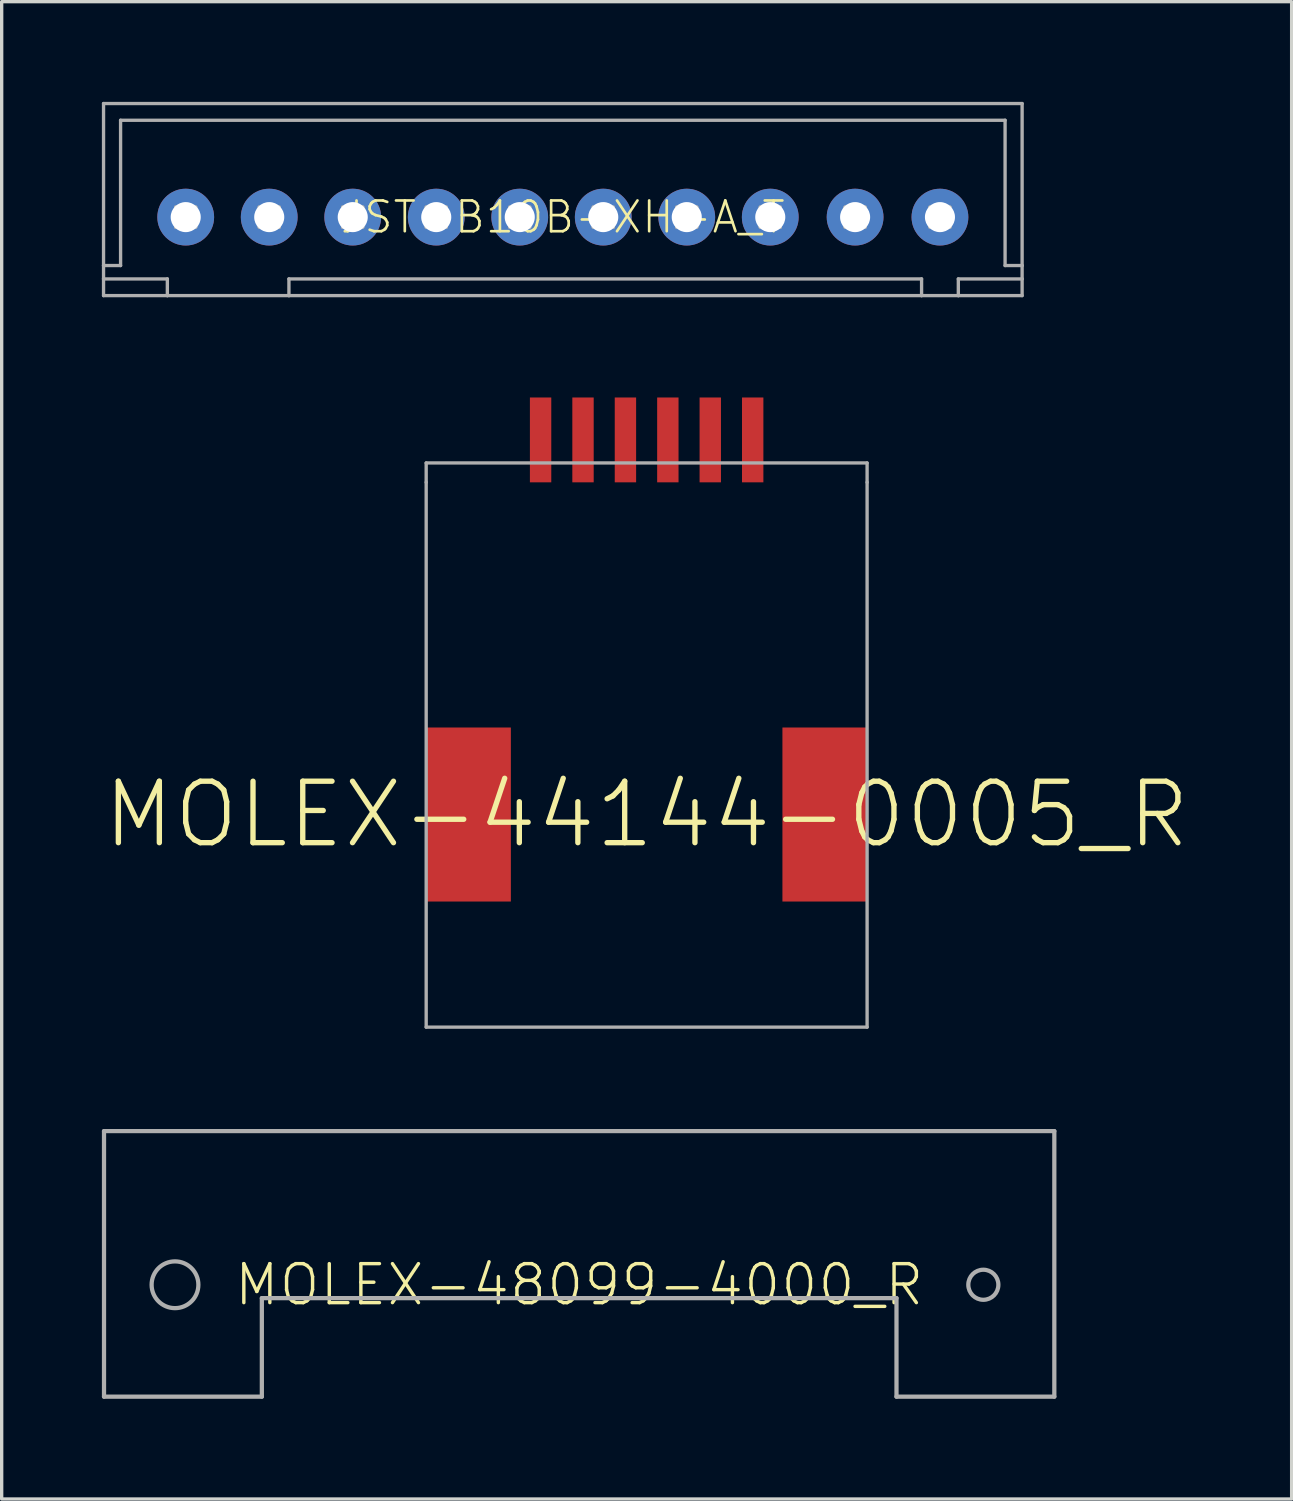
<source format=kicad_pcb>
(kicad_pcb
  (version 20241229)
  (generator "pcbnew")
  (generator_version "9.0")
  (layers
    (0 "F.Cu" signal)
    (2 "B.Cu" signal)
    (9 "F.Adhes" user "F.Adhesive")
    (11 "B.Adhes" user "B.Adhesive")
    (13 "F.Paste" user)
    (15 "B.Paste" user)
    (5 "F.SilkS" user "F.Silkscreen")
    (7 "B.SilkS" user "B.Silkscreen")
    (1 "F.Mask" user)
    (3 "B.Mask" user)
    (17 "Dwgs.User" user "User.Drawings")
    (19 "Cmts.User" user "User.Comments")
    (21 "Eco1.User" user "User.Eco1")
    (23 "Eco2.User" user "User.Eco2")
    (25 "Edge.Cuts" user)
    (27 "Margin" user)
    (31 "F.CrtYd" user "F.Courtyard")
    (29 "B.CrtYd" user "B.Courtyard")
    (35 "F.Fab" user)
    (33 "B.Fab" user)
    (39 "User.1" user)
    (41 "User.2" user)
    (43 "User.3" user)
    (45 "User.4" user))
  (footprint "MOLEX-44144-0005_R"
    (layer "F.Cu")
    (at 16.309 21.335)
    (property "Reference" "MOLEX-44144-0005_R" (at 0 0 0) (unlocked yes) (layer "F.SilkS") (effects (font (size 1.84 1.84) (thickness 0.16))))
    (fp_line (start -6.6 -10.525) (end -6.6 -9.945) (stroke (width 0.1) (type solid)) (layer "F.Fab"))
    (fp_line (start -6.6 -10.525) (end 6.6 -10.525) (stroke (width 0.1) (type solid)) (layer "F.Fab"))
    (fp_line (start -6.6 -9.945) (end -6.6 6.365) (stroke (width 0.1) (type solid)) (layer "F.Fab"))
    (fp_line (start -6.6 6.365) (end 6.6 6.365) (stroke (width 0.1) (type solid)) (layer "F.Fab"))
    (fp_line (start 6.6 -10.525) (end 6.6 -9.945) (stroke (width 0.1) (type solid)) (layer "F.Fab"))
    (fp_line (start 6.6 -9.945) (end 6.6 6.365) (stroke (width 0.1) (type solid)) (layer "F.Fab"))
    (pad "1" smd rect (at -3.175 -11.215 90) (size 2.54 0.64) (layers "F.Cu" "F.Mask" "F.Paste"))
    (pad "2" smd rect (at -1.905 -11.215 90) (size 2.54 0.64) (layers "F.Cu" "F.Mask" "F.Paste"))
    (pad "3" smd rect (at -0.635 -11.215 90) (size 2.54 0.64) (layers "F.Cu" "F.Mask" "F.Paste"))
    (pad "4" smd rect (at 0.635 -11.215 90) (size 2.54 0.64) (layers "F.Cu" "F.Mask" "F.Paste"))
    (pad "5" smd rect (at 1.905 -11.215 90) (size 2.54 0.64) (layers "F.Cu" "F.Mask" "F.Paste"))
    (pad "6" smd rect (at 3.175 -11.215 90) (size 2.54 0.64) (layers "F.Cu" "F.Mask" "F.Paste"))
    (pad "S1" smd rect (at -5.335 0 90) (size 5.21 2.54) (layers "F.Cu" "F.Mask" "F.Paste"))
    (pad "S2" smd rect (at 5.335 0 90) (size 5.21 2.54) (layers "F.Cu" "F.Mask" "F.Paste")))
  (footprint "MOLEX-48099-4000_R"
    (layer "F.Cu")
    (at 14.289 35.413)
    (property "Reference" "MOLEX-48099-4000_R" (at 0 0 0) (unlocked yes) (layer "F.SilkS") (effects (font (size 1.168 1.168) (thickness 0.102))))
    (fp_line (start -14.225 -4.6) (end 14.225 -4.6) (stroke (width 0.127) (type solid)) (layer "F.Fab"))
    (fp_line (start -14.225 3.35) (end -14.225 -4.6) (stroke (width 0.127) (type solid)) (layer "F.Fab"))
    (fp_line (start -9.5 0.4) (end -9.5 3.35) (stroke (width 0.127) (type solid)) (layer "F.Fab"))
    (fp_line (start -9.5 3.35) (end -14.225 3.35) (stroke (width 0.127) (type solid)) (layer "F.Fab"))
    (fp_line (start 9.5 0.4) (end -9.5 0.4) (stroke (width 0.127) (type solid)) (layer "F.Fab"))
    (fp_line (start 9.5 3.35) (end 9.5 0.4) (stroke (width 0.127) (type solid)) (layer "F.Fab"))
    (fp_line (start 14.225 -4.6) (end 14.225 3.35) (stroke (width 0.127) (type solid)) (layer "F.Fab"))
    (fp_line (start 14.225 3.35) (end 9.5 3.35) (stroke (width 0.127) (type solid)) (layer "F.Fab"))
    (fp_circle (center -12.1 0) (end -11.4 0) (stroke (width 0.127) (type solid)) (fill no) (layer "F.Fab"))
    (fp_circle (center 12.1 0) (end 12.55 0) (stroke (width 0.127) (type solid)) (fill no) (layer "F.Fab")))
  (footprint "JST-B10B-XH-A_T"
    (layer "F.Cu")
    (at 13.8 3.45)
    (property "Reference" "JST-B10B-XH-A_T" (at 0 0 0) (unlocked yes) (layer "F.SilkS") (effects (font (size 0.92 0.92) (thickness 0.08))))
    (fp_line (start -13.75 -3.4) (end -13.75 1.45) (stroke (width 0.1) (type solid)) (layer "F.Fab"))
    (fp_line (start -13.75 -3.4) (end 13.75 -3.4) (stroke (width 0.1) (type solid)) (layer "F.Fab"))
    (fp_line (start -13.75 1.45) (end -13.75 1.85) (stroke (width 0.1) (type solid)) (layer "F.Fab"))
    (fp_line (start -13.75 1.85) (end -13.75 2.35) (stroke (width 0.1) (type solid)) (layer "F.Fab"))
    (fp_line (start -13.75 2.35) (end -11.84 2.35) (stroke (width 0.1) (type solid)) (layer "F.Fab"))
    (fp_line (start -13.24 -2.9) (end -13.24 1.45) (stroke (width 0.1) (type solid)) (layer "F.Fab"))
    (fp_line (start -13.24 -2.9) (end 13.24 -2.9) (stroke (width 0.1) (type solid)) (layer "F.Fab"))
    (fp_line (start -13.24 1.45) (end -13.75 1.45) (stroke (width 0.1) (type solid)) (layer "F.Fab"))
    (fp_line (start -11.84 1.85) (end -13.75 1.85) (stroke (width 0.1) (type solid)) (layer "F.Fab"))
    (fp_line (start -11.84 1.85) (end -11.84 2.35) (stroke (width 0.1) (type solid)) (layer "F.Fab"))
    (fp_line (start -11.84 2.35) (end -8.2 2.35) (stroke (width 0.1) (type solid)) (layer "F.Fab"))
    (fp_line (start -11.59 -0.3) (end -11.59 0.3) (stroke (width 0.1) (type solid)) (layer "F.Fab"))
    (fp_line (start -11.59 0.3) (end -10.99 0.3) (stroke (width 0.1) (type solid)) (layer "F.Fab"))
    (fp_line (start -10.99 -0.3) (end -11.59 -0.3) (stroke (width 0.1) (type solid)) (layer "F.Fab"))
    (fp_line (start -10.99 0.3) (end -10.99 -0.3) (stroke (width 0.1) (type solid)) (layer "F.Fab"))
    (fp_line (start -9.09 -0.3) (end -9.09 0.3) (stroke (width 0.1) (type solid)) (layer "F.Fab"))
    (fp_line (start -9.09 0.3) (end -8.49 0.3) (stroke (width 0.1) (type solid)) (layer "F.Fab"))
    (fp_line (start -8.49 -0.3) (end -9.09 -0.3) (stroke (width 0.1) (type solid)) (layer "F.Fab"))
    (fp_line (start -8.49 0.3) (end -8.49 -0.3) (stroke (width 0.1) (type solid)) (layer "F.Fab"))
    (fp_line (start -8.2 1.85) (end -8.2 2.35) (stroke (width 0.1) (type solid)) (layer "F.Fab"))
    (fp_line (start -8.2 1.85) (end 10.74 1.85) (stroke (width 0.1) (type solid)) (layer "F.Fab"))
    (fp_line (start -8.2 2.35) (end 10.74 2.35) (stroke (width 0.1) (type solid)) (layer "F.Fab"))
    (fp_line (start -6.59 -0.3) (end -6.59 0.3) (stroke (width 0.1) (type solid)) (layer "F.Fab"))
    (fp_line (start -6.59 0.3) (end -5.99 0.3) (stroke (width 0.1) (type solid)) (layer "F.Fab"))
    (fp_line (start -5.99 -0.3) (end -6.59 -0.3) (stroke (width 0.1) (type solid)) (layer "F.Fab"))
    (fp_line (start -5.99 0.3) (end -5.99 -0.3) (stroke (width 0.1) (type solid)) (layer "F.Fab"))
    (fp_line (start -4.09 -0.3) (end -4.09 0.3) (stroke (width 0.1) (type solid)) (layer "F.Fab"))
    (fp_line (start -4.09 0.3) (end -3.49 0.3) (stroke (width 0.1) (type solid)) (layer "F.Fab"))
    (fp_line (start -3.49 -0.3) (end -4.09 -0.3) (stroke (width 0.1) (type solid)) (layer "F.Fab"))
    (fp_line (start -3.49 0.3) (end -3.49 -0.3) (stroke (width 0.1) (type solid)) (layer "F.Fab"))
    (fp_line (start -1.59 -0.3) (end -1.59 0.3) (stroke (width 0.1) (type solid)) (layer "F.Fab"))
    (fp_line (start -1.59 0.3) (end -0.99 0.3) (stroke (width 0.1) (type solid)) (layer "F.Fab"))
    (fp_line (start -0.99 -0.3) (end -1.59 -0.3) (stroke (width 0.1) (type solid)) (layer "F.Fab"))
    (fp_line (start -0.99 0.3) (end -0.99 -0.3) (stroke (width 0.1) (type solid)) (layer "F.Fab"))
    (fp_line (start 0.91 -0.3) (end 0.91 0.3) (stroke (width 0.1) (type solid)) (layer "F.Fab"))
    (fp_line (start 0.91 0.3) (end 1.51 0.3) (stroke (width 0.1) (type solid)) (layer "F.Fab"))
    (fp_line (start 1.51 -0.3) (end 0.91 -0.3) (stroke (width 0.1) (type solid)) (layer "F.Fab"))
    (fp_line (start 1.51 0.3) (end 1.51 -0.3) (stroke (width 0.1) (type solid)) (layer "F.Fab"))
    (fp_line (start 3.41 -0.3) (end 3.41 0.3) (stroke (width 0.1) (type solid)) (layer "F.Fab"))
    (fp_line (start 3.41 0.3) (end 4.01 0.3) (stroke (width 0.1) (type solid)) (layer "F.Fab"))
    (fp_line (start 4.01 -0.3) (end 3.41 -0.3) (stroke (width 0.1) (type solid)) (layer "F.Fab"))
    (fp_line (start 4.01 0.3) (end 4.01 -0.3) (stroke (width 0.1) (type solid)) (layer "F.Fab"))
    (fp_line (start 5.91 -0.3) (end 5.91 0.3) (stroke (width 0.1) (type solid)) (layer "F.Fab"))
    (fp_line (start 5.91 0.3) (end 6.51 0.3) (stroke (width 0.1) (type solid)) (layer "F.Fab"))
    (fp_line (start 6.51 -0.3) (end 5.91 -0.3) (stroke (width 0.1) (type solid)) (layer "F.Fab"))
    (fp_line (start 6.51 0.3) (end 6.51 -0.3) (stroke (width 0.1) (type solid)) (layer "F.Fab"))
    (fp_line (start 8.45 -0.3) (end 8.45 0.3) (stroke (width 0.1) (type solid)) (layer "F.Fab"))
    (fp_line (start 8.45 0.3) (end 9.05 0.3) (stroke (width 0.1) (type solid)) (layer "F.Fab"))
    (fp_line (start 9.05 -0.3) (end 8.45 -0.3) (stroke (width 0.1) (type solid)) (layer "F.Fab"))
    (fp_line (start 9.05 0.3) (end 9.05 -0.3) (stroke (width 0.1) (type solid)) (layer "F.Fab"))
    (fp_line (start 10.74 1.85) (end 10.74 2.35) (stroke (width 0.1) (type solid)) (layer "F.Fab"))
    (fp_line (start 10.99 -0.3) (end 10.99 0.3) (stroke (width 0.1) (type solid)) (layer "F.Fab"))
    (fp_line (start 10.99 0.3) (end 11.59 0.3) (stroke (width 0.1) (type solid)) (layer "F.Fab"))
    (fp_line (start 11.59 -0.3) (end 10.99 -0.3) (stroke (width 0.1) (type solid)) (layer "F.Fab"))
    (fp_line (start 11.59 0.3) (end 11.59 -0.3) (stroke (width 0.1) (type solid)) (layer "F.Fab"))
    (fp_line (start 11.84 1.85) (end 11.84 2.35) (stroke (width 0.1) (type solid)) (layer "F.Fab"))
    (fp_line (start 11.84 1.85) (end 13.75 1.85) (stroke (width 0.1) (type solid)) (layer "F.Fab"))
    (fp_line (start 11.84 2.35) (end 10.74 2.35) (stroke (width 0.1) (type solid)) (layer "F.Fab"))
    (fp_line (start 11.84 2.35) (end 13.75 2.35) (stroke (width 0.1) (type solid)) (layer "F.Fab"))
    (fp_line (start 13.24 1.45) (end 13.24 -2.9) (stroke (width 0.1) (type solid)) (layer "F.Fab"))
    (fp_line (start 13.24 1.45) (end 13.75 1.45) (stroke (width 0.1) (type solid)) (layer "F.Fab"))
    (fp_line (start 13.75 1.45) (end 13.75 -3.4) (stroke (width 0.1) (type solid)) (layer "F.Fab"))
    (fp_line (start 13.75 1.85) (end 13.75 1.45) (stroke (width 0.1) (type solid)) (layer "F.Fab"))
    (fp_line (start 13.75 2.35) (end 13.75 1.85) (stroke (width 0.1) (type solid)) (layer "F.Fab"))
    (pad "1" thru_hole circle (at -11.29 0) (size 1.7 1.7) (drill 0.9) (layers "*.Cu" "*.Mask"))
    (pad "2" thru_hole circle (at -8.79 0) (size 1.7 1.7) (drill 0.9) (layers "*.Cu" "*.Mask"))
    (pad "3" thru_hole circle (at -6.29 0) (size 1.7 1.7) (drill 0.9) (layers "*.Cu" "*.Mask"))
    (pad "4" thru_hole circle (at -3.79 0) (size 1.7 1.7) (drill 0.9) (layers "*.Cu" "*.Mask"))
    (pad "5" thru_hole circle (at -1.29 0) (size 1.7 1.7) (drill 0.9) (layers "*.Cu" "*.Mask"))
    (pad "6" thru_hole circle (at 1.21 0) (size 1.7 1.7) (drill 0.9) (layers "*.Cu" "*.Mask"))
    (pad "7" thru_hole circle (at 3.71 0) (size 1.7 1.7) (drill 0.9) (layers "*.Cu" "*.Mask"))
    (pad "8" thru_hole circle (at 6.21 0) (size 1.7 1.7) (drill 0.9) (layers "*.Cu" "*.Mask"))
    (pad "9" thru_hole circle (at 8.75 0) (size 1.7 1.7) (drill 0.9) (layers "*.Cu" "*.Mask"))
    (pad "10" thru_hole circle (at 11.29 0) (size 1.7 1.7) (drill 0.9) (layers "*.Cu" "*.Mask")))
  (gr_rect
    (start -3 -3)
    (end 35.619 41.827)
    (stroke (width 0.1) (type default))
    (fill no)
    (layer "Edge.Cuts")))
</source>
